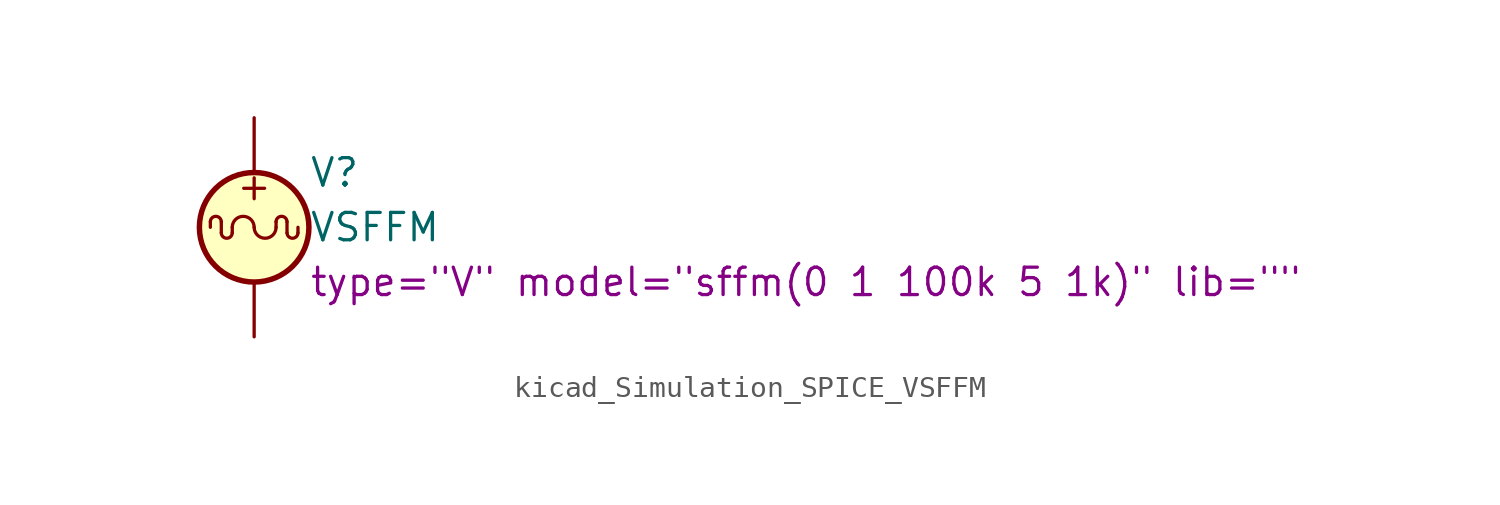
<source format=kicad_sym>
(kicad_symbol_lib
  (version 20220914)
  (generator kicad_symbol_editor)
  (symbol "kicad_Simulation_SPICE_VSFFM"
    (pin_numbers hide)
    (pin_names
      (offset 0.025))
    (property "Reference" "V"
      (at 2.54 2.54 0)
      (effects (font (size 1.27 1.27)) (justify left)))
    (property "Value" "VSFFM"
      (at 2.54 0 0)
      (effects (font (size 1.27 1.27)) (justify left)))
    (property "Sim.Params" "type=\"V\" model=\"sffm(0 1 100k 5 1k)\" lib=\"\""
      (at 2.54 -2.54 0)
      (effects (font (size 1.27 1.27)) (justify left)))
    (symbol "kicad_Simulation_SPICE_VSFFM_0_0"
      (text "+" (at 0 1.905 0) (effects (font (size 1.27 1.27)))))
    (symbol "kicad_Simulation_SPICE_VSFFM_0_1"
      (arc (start -1.524 -0.254) (mid -1.27 -0.5069) (end -1.016 -0.254) (stroke (width 0) (type default)) (fill (type none)))
      (arc (start -1.524 0.254) (mid -1.778 0.5069) (end -2.032 0.254) (stroke (width 0) (type default)) (fill (type none)))
      (arc (start 0 0) (mid -0.508 0.5058) (end -1.016 0) (stroke (width 0) (type default)) (fill (type none)))
      (polyline (pts (xy -2.032 0.254) (xy -2.032 0)) (stroke (width 0) (type default)) (fill (type none)))
      (polyline (pts (xy -1.524 -0.254) (xy -1.524 0.254)) (stroke (width 0) (type default)) (fill (type none)))
      (polyline (pts (xy -1.016 0) (xy -1.016 -0.254)) (stroke (width 0) (type default)) (fill (type none)))
      (polyline (pts (xy 1.016 0.254) (xy 1.016 0)) (stroke (width 0) (type default)) (fill (type none)))
      (polyline (pts (xy 1.524 0.254) (xy 1.524 -0.254)) (stroke (width 0) (type default)) (fill (type none)))
      (polyline (pts (xy 2.032 -0.254) (xy 2.032 0)) (stroke (width 0) (type default)) (fill (type none)))
      (arc (start 0 0) (mid 0.508 -0.5058) (end 1.016 0) (stroke (width 0) (type default)) (fill (type none)))
      (circle (center 0 0) (radius 2.54) (stroke (width 0.254) (type default)) (fill (type background)))
      (arc (start 1.524 -0.254) (mid 1.778 -0.5069) (end 2.032 -0.254) (stroke (width 0) (type default)) (fill (type none)))
      (arc (start 1.524 0.254) (mid 1.27 0.5069) (end 1.016 0.254) (stroke (width 0) (type default)) (fill (type none))))
    (symbol "kicad_Simulation_SPICE_VSFFM_1_1"
      (pin passive line (at 0 5.08 270) (length 2.54) (name "~" (effects (font (size 1.27 1.27)))) (number "1" (effects (font (size 1.27 1.27)))))
      (pin passive line (at 0 -5.08 90) (length 2.54) (name "~" (effects (font (size 1.27 1.27)))) (number "2" (effects (font (size 1.27 1.27))))))))
</source>
